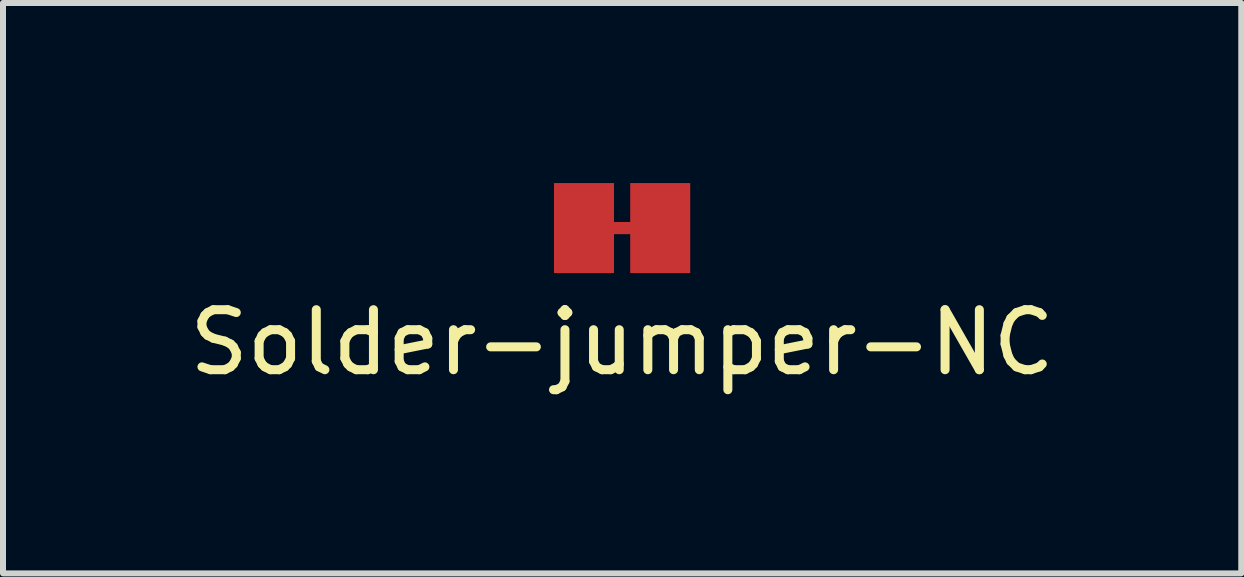
<source format=kicad_pcb>
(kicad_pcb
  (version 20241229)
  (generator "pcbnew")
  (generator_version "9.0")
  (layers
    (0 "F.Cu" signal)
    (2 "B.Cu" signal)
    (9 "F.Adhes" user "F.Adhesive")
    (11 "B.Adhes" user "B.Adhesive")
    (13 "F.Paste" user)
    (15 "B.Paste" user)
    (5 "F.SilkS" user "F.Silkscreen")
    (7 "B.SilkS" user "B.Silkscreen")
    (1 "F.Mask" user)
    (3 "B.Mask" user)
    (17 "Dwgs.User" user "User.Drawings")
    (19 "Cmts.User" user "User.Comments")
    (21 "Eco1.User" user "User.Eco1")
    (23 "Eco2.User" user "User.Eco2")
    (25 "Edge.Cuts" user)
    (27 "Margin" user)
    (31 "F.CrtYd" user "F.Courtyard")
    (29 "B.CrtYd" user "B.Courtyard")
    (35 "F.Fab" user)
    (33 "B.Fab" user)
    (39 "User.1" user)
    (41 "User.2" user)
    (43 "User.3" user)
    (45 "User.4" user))
  (footprint "Solder-jumper-NC"
    (layer "F.Cu")
    (at 7.315 0.75)
    (property "Reference" "Solder-jumper-NC" (at 0 1.905 0) (layer "F.SilkS") (effects (font (size 1 1) (thickness 0.15))))
    (attr through_hole)
    (pad "" smd rect (at 0 0 90) (size 0.203 0.508) (layers "F.Cu" "F.Mask" "F.Paste"))
    (pad "1" smd rect (at -0.635 0) (size 1 1.5) (layers "F.Cu" "F.Mask" "F.Paste"))
    (pad "2" smd rect (at 0.635 0) (size 1 1.5) (layers "F.Cu" "F.Mask" "F.Paste")))
  (gr_rect
    (start -3 -3)
    (end 17.631 6.503)
    (stroke (width 0.1) (type default))
    (fill no)
    (layer "Edge.Cuts")))
</source>
